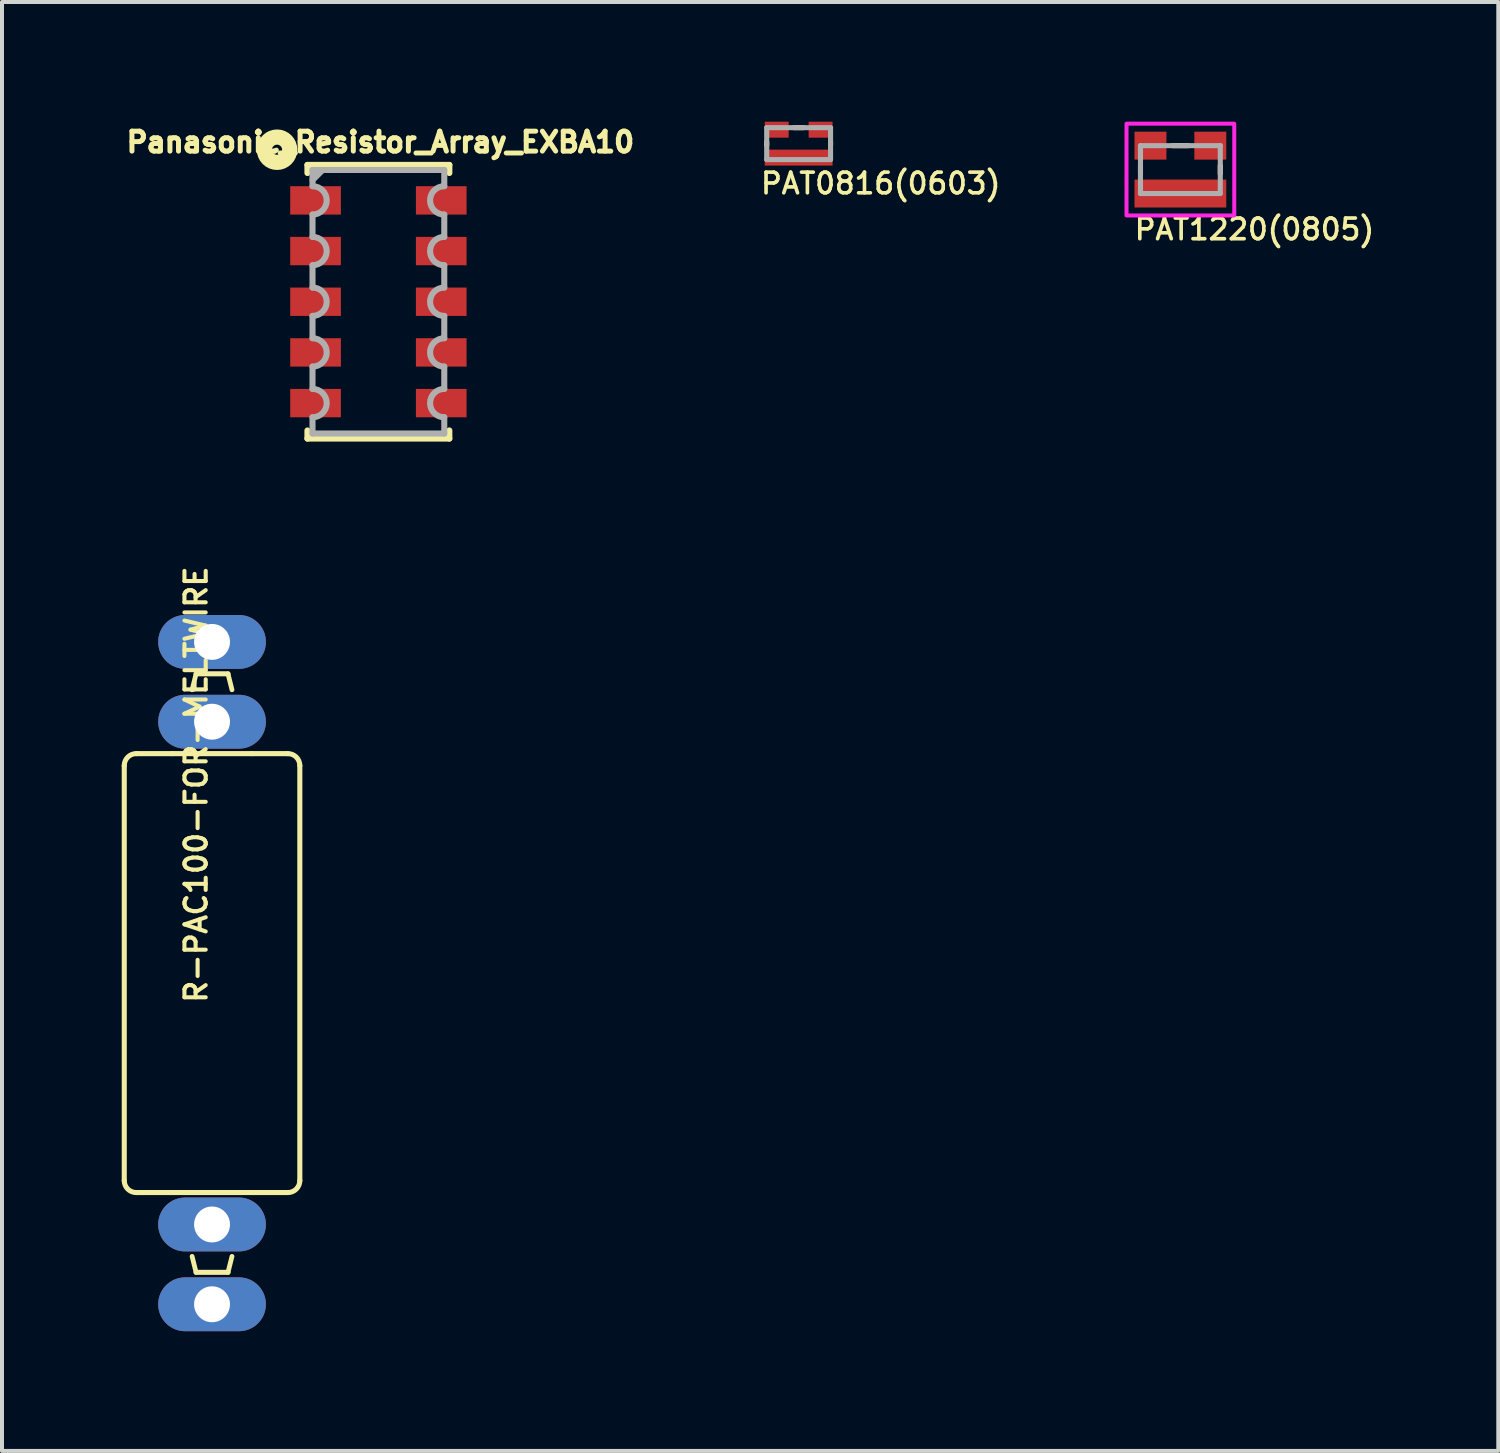
<source format=kicad_pcb>
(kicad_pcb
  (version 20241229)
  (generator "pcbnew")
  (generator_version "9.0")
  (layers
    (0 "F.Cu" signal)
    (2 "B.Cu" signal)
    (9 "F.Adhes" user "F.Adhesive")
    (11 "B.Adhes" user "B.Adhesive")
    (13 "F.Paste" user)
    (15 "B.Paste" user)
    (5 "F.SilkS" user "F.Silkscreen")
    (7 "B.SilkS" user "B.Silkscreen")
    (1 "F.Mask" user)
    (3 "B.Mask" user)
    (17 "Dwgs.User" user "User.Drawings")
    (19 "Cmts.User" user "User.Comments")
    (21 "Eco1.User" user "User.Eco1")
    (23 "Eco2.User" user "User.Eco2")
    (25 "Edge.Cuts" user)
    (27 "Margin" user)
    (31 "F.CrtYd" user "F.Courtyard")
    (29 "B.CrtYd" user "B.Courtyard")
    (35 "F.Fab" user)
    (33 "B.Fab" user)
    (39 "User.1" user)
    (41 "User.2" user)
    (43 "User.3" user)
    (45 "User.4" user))
  (footprint "PAT0816(0603)"
    (layer "F.Cu")
    (at 16.965 0.55)
    (property "Reference" "PAT0816(0603)" (at -1 1.3 0) (layer "F.SilkS") (effects (font (size 0.518 0.518) (thickness 0.091)) (justify left bottom)))
    (fp_line (start -0.8 -0.04) (end -0.8 0.04) (stroke (width 0.127) (type solid)) (layer "F.SilkS"))
    (fp_line (start -0.12 -0.4) (end 0.12 -0.4) (stroke (width 0.127) (type solid)) (layer "F.SilkS"))
    (fp_line (start 0.8 -0.04) (end 0.8 0.04) (stroke (width 0.127) (type solid)) (layer "F.SilkS"))
    (fp_poly (pts (xy -0.8 -0.2) (xy -0.3 -0.2) (xy -0.3 -0.5) (xy -0.8 -0.5)) (stroke (width 0) (type default)) (fill yes) (layer "F.Paste"))
    (fp_poly (pts (xy -0.8 0.5) (xy -0.4 0.5) (xy -0.4 0.2) (xy -0.8 0.2)) (stroke (width 0) (type default)) (fill yes) (layer "F.Paste"))
    (fp_poly (pts (xy -0.3 0.5) (xy 0.3 0.5) (xy 0.3 0.2) (xy -0.3 0.2)) (stroke (width 0) (type default)) (fill yes) (layer "F.Paste"))
    (fp_poly (pts (xy 0.3 -0.2) (xy 0.8 -0.2) (xy 0.8 -0.5) (xy 0.3 -0.5)) (stroke (width 0) (type default)) (fill yes) (layer "F.Paste"))
    (fp_poly (pts (xy 0.4 0.5) (xy 0.8 0.5) (xy 0.8 0.2) (xy 0.4 0.2)) (stroke (width 0) (type default)) (fill yes) (layer "F.Paste"))
    (fp_line (start -0.8 -0.4) (end -0.8 0.4) (stroke (width 0.127) (type solid)) (layer "F.Fab"))
    (fp_line (start -0.8 0.4) (end 0.8 0.4) (stroke (width 0.127) (type solid)) (layer "F.Fab"))
    (fp_line (start 0.8 -0.4) (end -0.8 -0.4) (stroke (width 0.127) (type solid)) (layer "F.Fab"))
    (fp_line (start 0.8 0.4) (end 0.8 -0.4) (stroke (width 0.127) (type solid)) (layer "F.Fab"))
    (pad "1" smd rect (at -0.55 -0.35) (size 0.6 0.4) (layers "F.Cu" "F.Mask"))
    (pad "2" smd rect (at 0.55 -0.35 180) (size 0.6 0.4) (layers "F.Cu" "F.Mask"))
    (pad "3" smd rect (at 0 0.35) (size 1.7 0.4) (layers "F.Cu" "F.Mask")))
  (footprint "PAT1220(0805)"
    (layer "F.Cu")
    (at 26.532 1.2)
    (property "Reference" "PAT1220(0805)" (at -1.2 1.8 0) (layer "F.SilkS") (effects (font (size 0.518 0.518) (thickness 0.091)) (justify left bottom)))
    (fp_line (start -1 -0.1) (end -1 0.1) (stroke (width 0.127) (type solid)) (layer "F.SilkS"))
    (fp_line (start -0.2 -0.6) (end 0.2 -0.6) (stroke (width 0.127) (type solid)) (layer "F.SilkS"))
    (fp_line (start 1 -0.1) (end 1 0.1) (stroke (width 0.127) (type solid)) (layer "F.SilkS"))
    (fp_poly (pts (xy -1.1 -0.3) (xy -0.4 -0.3) (xy -0.4 -0.8) (xy -1.1 -0.8)) (stroke (width 0) (type default)) (fill yes) (layer "F.Paste"))
    (fp_poly (pts (xy -0.4 0.3) (xy -1.1 0.3) (xy -1.1 0.8) (xy -0.4 0.8)) (stroke (width 0) (type default)) (fill yes) (layer "F.Paste"))
    (fp_poly (pts (xy -0.3 0.8) (xy 0.3 0.8) (xy 0.3 0.3) (xy -0.3 0.3)) (stroke (width 0) (type default)) (fill yes) (layer "F.Paste"))
    (fp_poly (pts (xy 0.4 -0.3) (xy 1.1 -0.3) (xy 1.1 -0.8) (xy 0.4 -0.8)) (stroke (width 0) (type default)) (fill yes) (layer "F.Paste"))
    (fp_poly (pts (xy 1.1 0.3) (xy 0.4 0.3) (xy 0.4 0.8) (xy 1.1 0.8)) (stroke (width 0) (type default)) (fill yes) (layer "F.Paste"))
    (fp_rect (start -1.35 -1.15) (end 1.35 1.15) (stroke (width 0.1) (type default)) (fill no) (layer "F.CrtYd"))
    (fp_line (start -1 -0.6) (end -1 0.6) (stroke (width 0.127) (type solid)) (layer "F.Fab"))
    (fp_line (start -1 0.6) (end 1 0.6) (stroke (width 0.127) (type solid)) (layer "F.Fab"))
    (fp_line (start 1 -0.6) (end -1 -0.6) (stroke (width 0.127) (type solid)) (layer "F.Fab"))
    (fp_line (start 1 0.6) (end 1 -0.6) (stroke (width 0.127) (type solid)) (layer "F.Fab"))
    (pad "1" smd rect (at -0.75 -0.6) (size 0.8 0.7) (layers "F.Cu" "F.Mask"))
    (pad "2" smd rect (at 0.75 -0.6 180) (size 0.8 0.7) (layers "F.Cu" "F.Mask"))
    (pad "3" smd rect (at 0 0.6) (size 2.3 0.7) (layers "F.Cu" "F.Mask")))
  (footprint "Panasonic_Resistor_Array_EXBA10"
    (layer "F.Cu")
    (at 6.433 4.512)
    (property "Reference" "Panasonic_Resistor_Array_EXBA10" (at 0.05 -4 0) (layer "F.SilkS") (effects (font (size 0.5 0.5) (thickness 0.125) (bold yes))))
    (fp_line (start -1.778 -3.429) (end 1.778 -3.429) (stroke (width 0.152) (type solid)) (layer "F.SilkS"))
    (fp_line (start -1.778 -3.226) (end -1.778 -3.429) (stroke (width 0.152) (type solid)) (layer "F.SilkS"))
    (fp_line (start -1.778 3.226) (end -1.778 3.429) (stroke (width 0.152) (type solid)) (layer "F.SilkS"))
    (fp_line (start -1.778 3.429) (end 1.778 3.429) (stroke (width 0.152) (type solid)) (layer "F.SilkS"))
    (fp_line (start 1.778 -3.226) (end 1.778 -3.429) (stroke (width 0.152) (type solid)) (layer "F.SilkS"))
    (fp_line (start 1.778 3.226) (end 1.778 3.429) (stroke (width 0.152) (type solid)) (layer "F.SilkS"))
    (fp_circle (center -2.54 -3.81) (end -2.413 -3.81) (stroke (width 0.381) (type solid)) (fill no) (layer "F.SilkS"))
    (fp_line (start -1.651 -3.302) (end 1.651 -3.302) (stroke (width 0.152) (type solid)) (layer "F.Fab"))
    (fp_line (start -1.651 -2.896) (end -1.651 -3.302) (stroke (width 0.152) (type solid)) (layer "F.Fab"))
    (fp_line (start -1.651 -2.184) (end -1.651 -1.626) (stroke (width 0.152) (type solid)) (layer "F.Fab"))
    (fp_line (start -1.651 -0.914) (end -1.651 -0.356) (stroke (width 0.152) (type solid)) (layer "F.Fab"))
    (fp_line (start -1.651 0.356) (end -1.651 0.914) (stroke (width 0.152) (type solid)) (layer "F.Fab"))
    (fp_line (start -1.651 1.626) (end -1.651 2.184) (stroke (width 0.152) (type solid)) (layer "F.Fab"))
    (fp_line (start -1.651 2.896) (end -1.651 3.302) (stroke (width 0.152) (type solid)) (layer "F.Fab"))
    (fp_line (start -1.651 3.302) (end 1.651 3.302) (stroke (width 0.152) (type solid)) (layer "F.Fab"))
    (fp_line (start -1.397 -3.302) (end -1.651 -3.048) (stroke (width 0.152) (type solid)) (layer "F.Fab"))
    (fp_line (start 1.651 -2.896) (end 1.651 -3.302) (stroke (width 0.152) (type solid)) (layer "F.Fab"))
    (fp_line (start 1.651 -2.184) (end 1.651 -1.626) (stroke (width 0.152) (type solid)) (layer "F.Fab"))
    (fp_line (start 1.651 -0.914) (end 1.651 -0.356) (stroke (width 0.152) (type solid)) (layer "F.Fab"))
    (fp_line (start 1.651 0.356) (end 1.651 0.914) (stroke (width 0.152) (type solid)) (layer "F.Fab"))
    (fp_line (start 1.651 1.626) (end 1.651 2.184) (stroke (width 0.152) (type solid)) (layer "F.Fab"))
    (fp_line (start 1.651 2.896) (end 1.651 3.302) (stroke (width 0.152) (type solid)) (layer "F.Fab"))
    (fp_arc (start -1.651 -2.8956) (mid -1.2954 -2.54) (end -1.651 -2.1844) (stroke (width 0.1524) (type solid)) (layer "F.Fab"))
    (fp_arc (start -1.651 -1.6256) (mid -1.2954 -1.27) (end -1.651 -0.9144) (stroke (width 0.1524) (type solid)) (layer "F.Fab"))
    (fp_arc (start -1.651 -0.3556) (mid -1.2954 0) (end -1.651 0.3556) (stroke (width 0.1524) (type solid)) (layer "F.Fab"))
    (fp_arc (start -1.651 0.9144) (mid -1.2954 1.27) (end -1.651 1.6256) (stroke (width 0.1524) (type solid)) (layer "F.Fab"))
    (fp_arc (start -1.651 2.1844) (mid -1.2954 2.54) (end -1.651 2.8956) (stroke (width 0.1524) (type solid)) (layer "F.Fab"))
    (fp_arc (start 1.651 -2.1844) (mid 1.2954 -2.54) (end 1.651 -2.8956) (stroke (width 0.1524) (type solid)) (layer "F.Fab"))
    (fp_arc (start 1.651 -0.9144) (mid 1.2954 -1.27) (end 1.651 -1.6256) (stroke (width 0.1524) (type solid)) (layer "F.Fab"))
    (fp_arc (start 1.651 0.3556) (mid 1.2954 0) (end 1.651 -0.3556) (stroke (width 0.1524) (type solid)) (layer "F.Fab"))
    (fp_arc (start 1.651 1.6256) (mid 1.2954 1.27) (end 1.651 0.9144) (stroke (width 0.1524) (type solid)) (layer "F.Fab"))
    (fp_arc (start 1.651 2.8956) (mid 1.2954 2.54) (end 1.651 2.1844) (stroke (width 0.1524) (type solid)) (layer "F.Fab"))
    (pad "1" smd rect (at -1.575 -2.54) (size 1.27 0.711) (layers "F.Cu" "F.Mask" "F.Paste"))
    (pad "2" smd rect (at -1.575 -1.27) (size 1.27 0.711) (layers "F.Cu" "F.Mask" "F.Paste"))
    (pad "3" smd rect (at -1.575 0) (size 1.27 0.711) (layers "F.Cu" "F.Mask" "F.Paste"))
    (pad "4" smd rect (at -1.575 1.27) (size 1.27 0.711) (layers "F.Cu" "F.Mask" "F.Paste"))
    (pad "5" smd rect (at -1.575 2.54) (size 1.27 0.711) (layers "F.Cu" "F.Mask" "F.Paste"))
    (pad "6" smd rect (at 1.575 2.54 180) (size 1.27 0.711) (layers "F.Cu" "F.Mask" "F.Paste"))
    (pad "7" smd rect (at 1.575 1.27 180) (size 1.27 0.711) (layers "F.Cu" "F.Mask" "F.Paste"))
    (pad "8" smd rect (at 1.575 0 180) (size 1.27 0.711) (layers "F.Cu" "F.Mask" "F.Paste"))
    (pad "9" smd rect (at 1.575 -1.27 180) (size 1.27 0.711) (layers "F.Cu" "F.Mask" "F.Paste"))
    (pad "10" smd rect (at 1.575 -2.54 180) (size 1.27 0.711) (layers "F.Cu" "F.Mask" "F.Paste")))
  (footprint "R-PAC100-FOR-MELTWIRE"
    (layer "F.Cu")
    (at 2.264 21.337)
    (property "Reference" "R-PAC100-FOR-MELTWIRE" (at -0.4 0.8 270) (layer "F.SilkS") (effects (font (size 0.533 0.533) (thickness 0.102)) (justify left)))
    (fp_line (start -2.2 -5.2) (end -2.2 5.2) (stroke (width 0.127) (type solid)) (layer "F.SilkS"))
    (fp_line (start -1.9 5.5) (end 1.9 5.5) (stroke (width 0.127) (type solid)) (layer "F.SilkS"))
    (fp_line (start -1 -5.5) (end -1.9 -5.5) (stroke (width 0.127) (type solid)) (layer "F.SilkS"))
    (fp_line (start -0.5 7.1) (end -0.4 7.5) (stroke (width 0.12) (type solid)) (layer "F.SilkS"))
    (fp_line (start -0.4 -7.5) (end -0.5 -7.1) (stroke (width 0.12) (type solid)) (layer "F.SilkS"))
    (fp_line (start -0.4 -7.5) (end 0.4 -7.5) (stroke (width 0.127) (type solid)) (layer "F.SilkS"))
    (fp_line (start 0.4 7.5) (end -0.4 7.5) (stroke (width 0.127) (type solid)) (layer "F.SilkS"))
    (fp_line (start 0.4 7.5) (end 0.5 7.1) (stroke (width 0.12) (type solid)) (layer "F.SilkS"))
    (fp_line (start 0.5 -7.1) (end 0.4 -7.5) (stroke (width 0.12) (type solid)) (layer "F.SilkS"))
    (fp_line (start 1 -5.5) (end -1 -5.5) (stroke (width 0.127) (type solid)) (layer "F.SilkS"))
    (fp_line (start 1.9 -5.5) (end 1 -5.5) (stroke (width 0.127) (type solid)) (layer "F.SilkS"))
    (fp_line (start 2.2 5.2) (end 2.2 -5.2) (stroke (width 0.127) (type solid)) (layer "F.SilkS"))
    (fp_arc (start -2.2 -5.2) (mid -2.112132 -5.412132) (end -1.9 -5.5) (stroke (width 0.127) (type solid)) (layer "F.SilkS"))
    (fp_arc (start -1.9 5.5) (mid -2.112132 5.412132) (end -2.2 5.2) (stroke (width 0.127) (type solid)) (layer "F.SilkS"))
    (fp_arc (start 1.9 -5.5) (mid 2.112132 -5.412132) (end 2.2 -5.2) (stroke (width 0.127) (type solid)) (layer "F.SilkS"))
    (fp_arc (start 2.2 5.2) (mid 2.112132 5.412132) (end 1.9 5.5) (stroke (width 0.127) (type solid)) (layer "F.SilkS"))
    (pad "1" thru_hole oval (at 0 -8.3) (size 2.7 1.35) (drill 0.9) (layers "*.Cu" "*.Mask"))
    (pad "1" thru_hole oval (at 0 -6.3) (size 2.7 1.35) (drill 0.9) (layers "*.Cu" "*.Mask"))
    (pad "2" thru_hole oval (at 0 6.3) (size 2.7 1.35) (drill 0.9) (layers "*.Cu" "*.Mask"))
    (pad "2" thru_hole oval (at 0 8.3) (size 2.7 1.35) (drill 0.9) (layers "*.Cu" "*.Mask")))
  (gr_rect
    (start -3 -3)
    (end 34.499 33.312)
    (stroke (width 0.1) (type default))
    (fill no)
    (layer "Edge.Cuts")))
</source>
